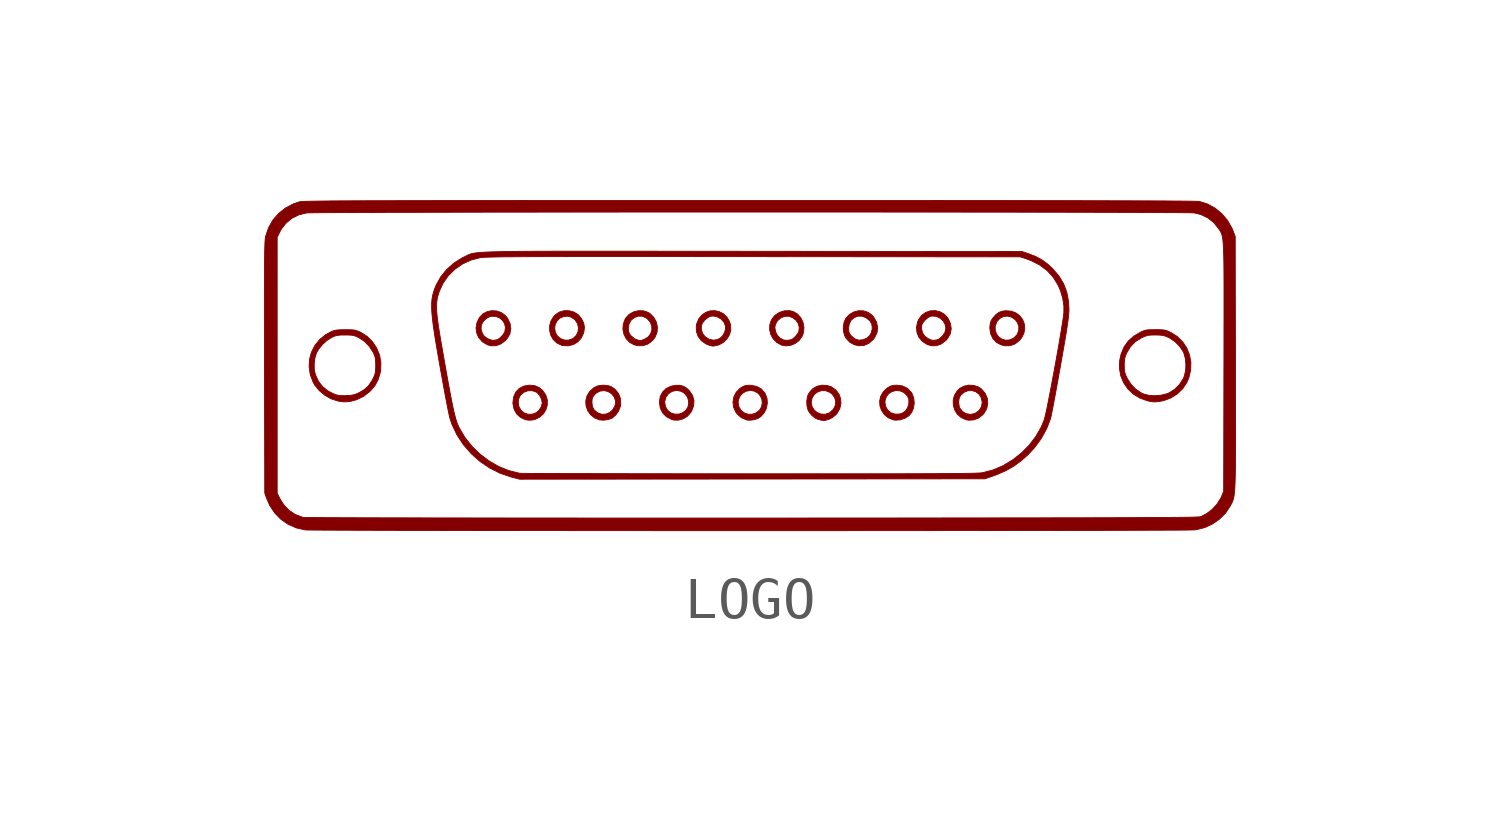
<source format=kicad_sym>
(kicad_symbol_lib
  (version 20210619)
  (generator bitmap2component)
  (symbol "LOGO"
    (pin_names
      (offset 1.016))
    (property "Reference" "#G"
      (at 0 3.91 0)
      (effects (font (size 1.27 1.27)) hide))
    (symbol "LOGO_0_0"
      (polyline (pts (xy 1.265 -4.096) (xy 1.844 -4.096) (xy 2.419 -4.096) (xy 2.988 -4.095) (xy 3.549 -4.095) (xy 4.1 -4.095) (xy 4.641 -4.094) (xy 5.168 -4.094) (xy 5.682 -4.093) (xy 6.18 -4.093) (xy 6.66 -4.092) (xy 7.122 -4.092) (xy 7.563 -4.091) (xy 7.983 -4.09) (xy 8.378 -4.09) (xy 8.749 -4.089) (xy 9.093 -4.088) (xy 9.408 -4.087) (xy 9.694 -4.086) (xy 9.948 -4.085) (xy 10.169 -4.084) (xy 10.356 -4.083) (xy 10.506 -4.082) (xy 10.619 -4.08) (xy 10.692 -4.079) (xy 10.725 -4.078) (xy 10.773 -4.071) (xy 10.968 -4.02) (xy 11.152 -3.933) (xy 11.318 -3.817) (xy 11.46 -3.675) (xy 11.569 -3.512) (xy 11.574 -3.503) (xy 11.591 -3.471) (xy 11.607 -3.441) (xy 11.622 -3.411) (xy 11.634 -3.38) (xy 11.646 -3.345) (xy 11.656 -3.304) (xy 11.665 -3.255) (xy 11.672 -3.195) (xy 11.679 -3.123) (xy 11.684 -3.037) (xy 11.688 -2.934) (xy 11.692 -2.812) (xy 11.695 -2.668) (xy 11.697 -2.502) (xy 11.698 -2.31) (xy 11.699 -2.091) (xy 11.7 -1.843) (xy 11.699 -1.562) (xy 11.699 -1.248) (xy 11.698 -0.897) (xy 11.698 -0.509) (xy 11.697 -0.08) (xy 11.691 2.941) (xy 11.643 3.068) (xy 11.611 3.144) (xy 11.505 3.328) (xy 11.37 3.487) (xy 11.21 3.618) (xy 11.03 3.717) (xy 10.835 3.778) (xy 10.827 3.779) (xy 10.79 3.781) (xy 10.724 3.783) (xy 10.63 3.785) (xy 10.507 3.786) (xy 10.353 3.788) (xy 10.169 3.789) (xy 9.954 3.791) (xy 9.707 3.792) (xy 9.428 3.793) (xy 9.116 3.794) (xy 8.77 3.795) (xy 8.39 3.796) (xy 7.976 3.797) (xy 7.526 3.798) (xy 7.041 3.798) (xy 6.519 3.799) (xy 5.959 3.8) (xy 5.362 3.8) (xy 4.727 3.8) (xy 4.053 3.801) (xy 3.339 3.801) (xy 2.585 3.801) (xy 1.791 3.801) (xy 0.955 3.801) (xy -1.715 3.801) (xy -2.435 3.801) (xy -3.116 3.801) (xy -3.759 3.801) (xy -4.365 3.801) (xy -4.936 3.801) (xy -5.471 3.8) (xy -5.973 3.8) (xy -6.443 3.8) (xy -6.881 3.799) (xy -7.288 3.799) (xy -7.666 3.798) (xy -8.016 3.798) (xy -8.338 3.797) (xy -8.634 3.796) (xy -8.905 3.796) (xy -9.152 3.795) (xy -9.376 3.794) (xy -9.577 3.793) (xy -9.758 3.792) (xy -9.919 3.791) (xy -10.062 3.789) (xy -10.186 3.788) (xy -10.294 3.786) (xy -10.387 3.785) (xy -10.464 3.783) (xy -10.529 3.781) (xy -10.581 3.779) (xy -10.621 3.777) (xy -10.652 3.775) (xy -10.673 3.773) (xy -10.686 3.771) (xy -10.841 3.719) (xy -11.029 3.619) (xy -11.193 3.488) (xy -11.329 3.329) (xy -11.432 3.146) (xy -11.501 2.942) (xy -11.504 2.928) (xy -11.505 2.92) (xy -11.224 2.92) (xy -11.162 3.047) (xy -11.125 3.115) (xy -11.012 3.26) (xy -10.872 3.375) (xy -10.708 3.457) (xy -10.523 3.503) (xy -10.492 3.505) (xy -10.419 3.506) (xy -10.307 3.508) (xy -10.158 3.509) (xy -9.972 3.511) (xy -9.752 3.512) (xy -9.498 3.513) (xy -9.213 3.514) (xy -8.899 3.515) (xy -8.555 3.517) (xy -8.185 3.518) (xy -7.79 3.518) (xy -7.372 3.519) (xy -6.931 3.52) (xy -6.469 3.521) (xy -5.989 3.522) (xy -5.492 3.522) (xy -4.979 3.523) (xy -4.451 3.523) (xy -3.911 3.524) (xy -3.36 3.524) (xy -2.8 3.525) (xy -2.231 3.525) (xy -1.657 3.525) (xy -1.077 3.525) (xy -0.495 3.525) (xy 0.089 3.525) (xy 0.673 3.525) (xy 1.256 3.525) (xy 1.835 3.525) (xy 2.41 3.525) (xy 2.979 3.525) (xy 3.539 3.524) (xy 4.09 3.524) (xy 4.63 3.523) (xy 5.158 3.523) (xy 5.671 3.522) (xy 6.169 3.522) (xy 6.65 3.521) (xy 7.111 3.52) (xy 7.552 3.52) (xy 7.971 3.519) (xy 8.367 3.518) (xy 8.737 3.517) (xy 9.081 3.516) (xy 9.396 3.515) (xy 9.681 3.514) (xy 9.935 3.512) (xy 10.156 3.511) (xy 10.342 3.51) (xy 10.492 3.508) (xy 10.605 3.507) (xy 10.678 3.505) (xy 10.71 3.504) (xy 10.867 3.466) (xy 11.033 3.387) (xy 11.178 3.272) (xy 11.296 3.125) (xy 11.314 3.099) (xy 11.33 3.074) (xy 11.344 3.05) (xy 11.357 3.023) (xy 11.369 2.993) (xy 11.379 2.957) (xy 11.388 2.913) (xy 11.396 2.858) (xy 11.402 2.791) (xy 11.408 2.709) (xy 11.412 2.611) (xy 11.416 2.493) (xy 11.419 2.355) (xy 11.421 2.193) (xy 11.422 2.006) (xy 11.423 1.791) (xy 11.423 1.547) (xy 11.423 1.271) (xy 11.423 0.961) (xy 11.422 0.616) (xy 11.422 0.231) (xy 11.421 -0.193) (xy 11.415 -3.154) (xy 11.367 -3.271) (xy 11.347 -3.316) (xy 11.257 -3.46) (xy 11.139 -3.589) (xy 11.002 -3.693) (xy 10.857 -3.764) (xy 10.854 -3.764) (xy 10.836 -3.766) (xy 10.804 -3.768) (xy 10.757 -3.77) (xy 10.694 -3.772) (xy 10.613 -3.774) (xy 10.514 -3.775) (xy 10.395 -3.777) (xy 10.257 -3.778) (xy 10.097 -3.78) (xy 9.915 -3.781) (xy 9.71 -3.782) (xy 9.481 -3.783) (xy 9.227 -3.784) (xy 8.947 -3.785) (xy 8.64 -3.786) (xy 8.305 -3.787) (xy 7.941 -3.788) (xy 7.547 -3.788) (xy 7.122 -3.789) (xy 6.666 -3.79) (xy 6.177 -3.79) (xy 5.654 -3.791) (xy 5.096 -3.791) (xy 4.503 -3.792) (xy 3.873 -3.792) (xy 3.205 -3.793) (xy 2.498 -3.793) (xy 1.752 -3.793) (xy 0.966 -3.794) (xy 0.138 -3.794) (xy -0.471 -3.794) (xy -1.138 -3.794) (xy -2.433 -3.794) (xy -3.059 -3.794) (xy -3.67 -3.794) (xy -4.263 -3.793) (xy -4.838 -3.793) (xy -5.393 -3.793) (xy -5.928 -3.792) (xy -6.44 -3.792) (xy -6.928 -3.791) (xy -7.392 -3.791) (xy -7.83 -3.79) (xy -8.241 -3.789) (xy -8.623 -3.789) (xy -8.975 -3.788) (xy -9.296 -3.787) (xy -9.585 -3.786) (xy -9.84 -3.785) (xy -10.06 -3.784) (xy -10.245 -3.783) (xy -10.391 -3.782) (xy -10.499 -3.781) (xy -10.568 -3.78) (xy -10.595 -3.779) (xy -10.632 -3.77) (xy -10.791 -3.709) (xy -10.936 -3.613) (xy -11.059 -3.487) (xy -11.154 -3.339) (xy -11.224 -3.197) (xy -11.224 2.92) (xy -11.505 2.92) (xy -11.508 2.9) (xy -11.511 2.863) (xy -11.515 2.815) (xy -11.518 2.754) (xy -11.52 2.677) (xy -11.523 2.583) (xy -11.524 2.47) (xy -11.526 2.334) (xy -11.527 2.176) (xy -11.528 1.991) (xy -11.528 1.779) (xy -11.529 1.537) (xy -11.529 1.263) (xy -11.529 0.955) (xy -11.528 0.61) (xy -11.528 0.227) (xy -11.527 -0.196) (xy -11.521 -3.196) (xy -11.472 -3.334) (xy -11.399 -3.498) (xy -11.28 -3.676) (xy -11.133 -3.826) (xy -10.96 -3.945) (xy -10.767 -4.03) (xy -10.556 -4.078) (xy -10.555 -4.078) (xy -10.52 -4.08) (xy -10.445 -4.081) (xy -10.331 -4.082) (xy -10.179 -4.083) (xy -9.991 -4.084) (xy -9.768 -4.085) (xy -9.512 -4.086) (xy -9.226 -4.087) (xy -8.909 -4.088) (xy -8.564 -4.089) (xy -8.192 -4.09) (xy -7.796 -4.09) (xy -7.376 -4.091) (xy -6.933 -4.092) (xy -6.471 -4.093) (xy -5.99 -4.093) (xy -5.491 -4.093) (xy -4.977 -4.094) (xy -4.449 -4.094) (xy -3.908 -4.095) (xy -3.356 -4.095) (xy -2.795 -4.095) (xy -2.226 -4.096) (xy -1.65 -4.096) (xy -1.071 -4.096) (xy 0.682 -4.096) (xy 1.265 -4.096)) (stroke (width 0.01)) (fill (type outline)))
      (polyline (pts (xy 0.138 -2.861) (xy 5.702 -2.856) (xy 5.898 -2.788) (xy 6 -2.751) (xy 6.208 -2.66) (xy 6.393 -2.555) (xy 6.566 -2.429) (xy 6.74 -2.274) (xy 6.887 -2.116) (xy 7.05 -1.895) (xy 7.181 -1.658) (xy 7.274 -1.415) (xy 7.279 -1.399) (xy 7.292 -1.338) (xy 7.311 -1.241) (xy 7.336 -1.114) (xy 7.365 -0.96) (xy 7.398 -0.782) (xy 7.434 -0.587) (xy 7.471 -0.378) (xy 7.511 -0.159) (xy 7.555 0.092) (xy 7.594 0.318) (xy 7.627 0.509) (xy 7.654 0.67) (xy 7.674 0.804) (xy 7.69 0.915) (xy 7.702 1.006) (xy 7.709 1.081) (xy 7.713 1.145) (xy 7.715 1.2) (xy 7.706 1.378) (xy 7.664 1.604) (xy 7.587 1.81) (xy 7.472 1.999) (xy 7.318 2.177) (xy 7.205 2.281) (xy 7.068 2.382) (xy 6.919 2.462) (xy 6.743 2.53) (xy 6.594 2.58) (xy 0.17 2.586) (xy -0.402 2.587) (xy -0.994 2.587) (xy -1.546 2.588) (xy -2.06 2.588) (xy -2.538 2.589) (xy -2.979 2.589) (xy -3.387 2.589) (xy -3.762 2.589) (xy -4.106 2.589) (xy -4.42 2.589) (xy -4.706 2.588) (xy -4.965 2.587) (xy -5.199 2.586) (xy -5.408 2.584) (xy -5.596 2.582) (xy -5.762 2.58) (xy -5.908 2.577) (xy -6.037 2.574) (xy -6.148 2.57) (xy -6.244 2.566) (xy -6.326 2.561) (xy -6.396 2.555) (xy -6.455 2.55) (xy -6.504 2.543) (xy -6.545 2.536) (xy -6.579 2.528) (xy -6.608 2.519) (xy -6.633 2.51) (xy -6.656 2.5) (xy -6.677 2.489) (xy -6.699 2.478) (xy -6.723 2.465) (xy -6.751 2.452) (xy -6.8 2.428) (xy -6.996 2.304) (xy -7.169 2.151) (xy -7.312 1.975) (xy -7.42 1.781) (xy -7.423 1.774) (xy -7.457 1.691) (xy -7.484 1.611) (xy -7.506 1.529) (xy -7.521 1.442) (xy -7.529 1.347) (xy -7.529 1.258) (xy -7.413 1.258) (xy -7.411 1.331) (xy -7.404 1.397) (xy -7.394 1.458) (xy -7.38 1.519) (xy -7.348 1.622) (xy -7.256 1.822) (xy -7.131 2.001) (xy -6.975 2.155) (xy -6.794 2.281) (xy -6.591 2.375) (xy -6.371 2.433) (xy -6.358 2.435) (xy -6.331 2.438) (xy -6.296 2.441) (xy -6.25 2.443) (xy -6.193 2.445) (xy -6.122 2.447) (xy -6.037 2.449) (xy -5.937 2.451) (xy -5.819 2.453) (xy -5.682 2.454) (xy -5.526 2.455) (xy -5.348 2.457) (xy -5.147 2.458) (xy -4.922 2.458) (xy -4.671 2.459) (xy -4.393 2.459) (xy -4.087 2.46) (xy -3.751 2.46) (xy -3.384 2.46) (xy -2.984 2.46) (xy -2.55 2.46) (xy -2.08 2.46) (xy -1.574 2.46) (xy -1.029 2.459) (xy -0.445 2.459) (xy 0.181 2.458) (xy 6.552 2.453) (xy 6.723 2.395) (xy 6.801 2.366) (xy 7.01 2.261) (xy 7.19 2.127) (xy 7.339 1.964) (xy 7.456 1.774) (xy 7.516 1.633) (xy 7.567 1.454) (xy 7.593 1.277) (xy 7.593 1.115) (xy 7.591 1.104) (xy 7.58 1.011) (xy 7.561 0.887) (xy 7.537 0.736) (xy 7.508 0.563) (xy 7.476 0.373) (xy 7.44 0.17) (xy 7.403 -0.04) (xy 7.364 -0.252) (xy 7.325 -0.461) (xy 7.287 -0.663) (xy 7.25 -0.853) (xy 7.216 -1.026) (xy 7.186 -1.176) (xy 7.159 -1.299) (xy 7.138 -1.39) (xy 7.123 -1.444) (xy 7.058 -1.604) (xy 6.929 -1.833) (xy 6.768 -2.045) (xy 6.579 -2.237) (xy 6.368 -2.403) (xy 6.139 -2.541) (xy 5.898 -2.644) (xy 5.649 -2.709) (xy 5.647 -2.71) (xy 5.622 -2.713) (xy 5.585 -2.716) (xy 5.535 -2.718) (xy 5.469 -2.721) (xy 5.387 -2.723) (xy 5.287 -2.725) (xy 5.168 -2.727) (xy 5.028 -2.728) (xy 4.866 -2.73) (xy 4.68 -2.731) (xy 4.469 -2.732) (xy 4.231 -2.733) (xy 3.966 -2.734) (xy 3.67 -2.735) (xy 3.344 -2.735) (xy 2.986 -2.736) (xy 2.593 -2.736) (xy 2.166 -2.736) (xy 1.702 -2.736) (xy 1.199 -2.736) (xy 0.657 -2.736) (xy 0.074 -2.736) (xy -0.18 -2.736) (xy -0.652 -2.735) (xy -1.112 -2.735) (xy -1.559 -2.735) (xy -1.99 -2.734) (xy -2.404 -2.734) (xy -2.8 -2.733) (xy -3.174 -2.732) (xy -3.526 -2.732) (xy -3.853 -2.731) (xy -4.155 -2.731) (xy -4.428 -2.73) (xy -4.671 -2.729) (xy -4.883 -2.728) (xy -5.062 -2.728) (xy -5.205 -2.727) (xy -5.311 -2.726) (xy -5.378 -2.725) (xy -5.405 -2.724) (xy -5.443 -2.719) (xy -5.687 -2.658) (xy -5.927 -2.56) (xy -6.157 -2.428) (xy -6.371 -2.266) (xy -6.564 -2.079) (xy -6.73 -1.871) (xy -6.864 -1.646) (xy -6.881 -1.613) (xy -6.904 -1.559) (xy -6.927 -1.5) (xy -6.949 -1.431) (xy -6.971 -1.351) (xy -6.995 -1.254) (xy -7.021 -1.137) (xy -7.049 -0.997) (xy -7.082 -0.829) (xy -7.119 -0.631) (xy -7.161 -0.398) (xy -7.209 -0.127) (xy -7.224 -0.043) (xy -7.271 0.224) (xy -7.311 0.453) (xy -7.343 0.649) (xy -7.369 0.816) (xy -7.388 0.956) (xy -7.402 1.075) (xy -7.41 1.174) (xy -7.413 1.258) (xy -7.529 1.258) (xy -7.53 1.239) (xy -7.524 1.115) (xy -7.51 0.971) (xy -7.49 0.804) (xy -7.461 0.611) (xy -7.425 0.386) (xy -7.381 0.127) (xy -7.329 -0.17) (xy -7.319 -0.229) (xy -7.28 -0.443) (xy -7.243 -0.647) (xy -7.208 -0.837) (xy -7.175 -1.008) (xy -7.147 -1.156) (xy -7.122 -1.275) (xy -7.104 -1.362) (xy -7.091 -1.412) (xy -7.043 -1.555) (xy -6.924 -1.806) (xy -6.77 -2.039) (xy -6.586 -2.251) (xy -6.375 -2.439) (xy -6.141 -2.598) (xy -5.889 -2.724) (xy -5.622 -2.814) (xy -5.426 -2.865) (xy 0.138 -2.861)) (stroke (width 0.01)) (fill (type outline)))
      (polyline (pts (xy -9.549 -1.013) (xy -9.448 -0.998) (xy -9.321 -0.963) (xy -9.155 -0.882) (xy -9.008 -0.768) (xy -9 -0.76) (xy -8.887 -0.629) (xy -8.809 -0.484) (xy -8.758 -0.316) (xy -8.748 -0.258) (xy -8.743 -0.074) (xy -8.775 0.104) (xy -8.844 0.272) (xy -8.944 0.423) (xy -9.073 0.551) (xy -9.228 0.649) (xy -9.236 0.652) (xy -9.295 0.679) (xy -9.347 0.696) (xy -9.406 0.706) (xy -9.482 0.71) (xy -9.589 0.711) (xy -9.597 0.711) (xy -9.713 0.709) (xy -9.797 0.703) (xy -9.862 0.69) (xy -9.918 0.67) (xy -10.062 0.594) (xy -10.207 0.476) (xy -10.321 0.335) (xy -10.403 0.176) (xy -10.45 0.004) (xy -10.456 -0.104) (xy -10.338 -0.104) (xy -10.321 0.034) (xy -10.284 0.153) (xy -10.234 0.241) (xy -10.144 0.353) (xy -10.035 0.453) (xy -9.921 0.525) (xy -9.892 0.539) (xy -9.833 0.563) (xy -9.774 0.576) (xy -9.701 0.583) (xy -9.599 0.584) (xy -9.551 0.584) (xy -9.464 0.581) (xy -9.399 0.572) (xy -9.341 0.554) (xy -9.278 0.525) (xy -9.144 0.438) (xy -9.024 0.316) (xy -8.927 0.167) (xy -8.919 0.15) (xy -8.893 0.091) (xy -8.877 0.032) (xy -8.87 -0.039) (xy -8.867 -0.138) (xy -8.867 -0.163) (xy -8.87 -0.255) (xy -8.878 -0.323) (xy -8.895 -0.382) (xy -8.924 -0.446) (xy -8.966 -0.523) (xy -9.044 -0.635) (xy -9.137 -0.72) (xy -9.254 -0.79) (xy -9.33 -0.825) (xy -9.401 -0.848) (xy -9.477 -0.86) (xy -9.578 -0.866) (xy -9.659 -0.867) (xy -9.739 -0.862) (xy -9.806 -0.848) (xy -9.877 -0.822) (xy -10.005 -0.757) (xy -10.138 -0.651) (xy -10.239 -0.519) (xy -10.312 -0.356) (xy -10.336 -0.241) (xy -10.338 -0.104) (xy -10.456 -0.104) (xy -10.46 -0.177) (xy -10.433 -0.361) (xy -10.365 -0.543) (xy -10.325 -0.613) (xy -10.217 -0.746) (xy -10.082 -0.859) (xy -9.929 -0.945) (xy -9.768 -0.996) (xy -9.727 -1.004) (xy -9.634 -1.015) (xy -9.549 -1.013)) (stroke (width 0.01)) (fill (type outline)))
      (polyline (pts (xy 9.829 -1.012) (xy 9.93 -0.996) (xy 9.982 -0.985) (xy 10.153 -0.921) (xy 10.307 -0.824) (xy 10.437 -0.698) (xy 10.536 -0.548) (xy 10.585 -0.432) (xy 10.626 -0.252) (xy 10.631 -0.071) (xy 10.599 0.104) (xy 10.534 0.269) (xy 10.437 0.417) (xy 10.31 0.544) (xy 10.154 0.643) (xy 10.131 0.654) (xy 10.071 0.681) (xy 10.019 0.698) (xy 9.961 0.707) (xy 9.886 0.711) (xy 9.78 0.712) (xy 9.739 0.711) (xy 9.645 0.71) (xy 9.578 0.705) (xy 9.524 0.693) (xy 9.471 0.673) (xy 9.408 0.642) (xy 9.267 0.558) (xy 9.132 0.439) (xy 9.031 0.295) (xy 8.96 0.124) (xy 8.927 -0.028) (xy 8.924 -0.139) (xy 9.037 -0.139) (xy 9.038 -0.086) (xy 9.045 0.002) (xy 9.062 0.074) (xy 9.093 0.149) (xy 9.097 0.157) (xy 9.188 0.307) (xy 9.302 0.424) (xy 9.446 0.514) (xy 9.485 0.533) (xy 9.551 0.56) (xy 9.611 0.576) (xy 9.682 0.583) (xy 9.779 0.584) (xy 9.788 0.584) (xy 9.887 0.582) (xy 9.961 0.573) (xy 10.024 0.556) (xy 10.092 0.527) (xy 10.117 0.515) (xy 10.25 0.426) (xy 10.365 0.31) (xy 10.45 0.18) (xy 10.466 0.143) (xy 10.5 0.013) (xy 10.512 -0.132) (xy 10.503 -0.278) (xy 10.471 -0.408) (xy 10.446 -0.464) (xy 10.36 -0.597) (xy 10.246 -0.712) (xy 10.115 -0.797) (xy 10.058 -0.821) (xy 9.92 -0.855) (xy 9.771 -0.868) (xy 9.625 -0.859) (xy 9.5 -0.827) (xy 9.443 -0.801) (xy 9.311 -0.711) (xy 9.195 -0.591) (xy 9.106 -0.45) (xy 9.106 -0.449) (xy 9.069 -0.369) (xy 9.048 -0.304) (xy 9.039 -0.233) (xy 9.037 -0.139) (xy 8.924 -0.139) (xy 8.921 -0.214) (xy 8.954 -0.392) (xy 9.021 -0.556) (xy 9.121 -0.703) (xy 9.25 -0.827) (xy 9.407 -0.924) (xy 9.589 -0.989) (xy 9.671 -1.007) (xy 9.748 -1.016) (xy 9.829 -1.012)) (stroke (width 0.01)) (fill (type outline)))
      (polyline (pts (xy -5.129 -1.451) (xy -5.049 -1.433) (xy -4.939 -1.377) (xy -4.852 -1.296) (xy -4.793 -1.196) (xy -4.762 -1.084) (xy -4.763 -0.967) (xy -4.799 -0.852) (xy -4.872 -0.746) (xy -4.951 -0.677) (xy -5.055 -0.63) (xy -5.182 -0.616) (xy -5.196 -0.616) (xy -5.326 -0.638) (xy -5.434 -0.695) (xy -5.516 -0.781) (xy -5.567 -0.894) (xy -5.585 -1.026) (xy -5.458 -1.026) (xy -5.45 -0.949) (xy -5.41 -0.863) (xy -5.332 -0.792) (xy -5.324 -0.786) (xy -5.228 -0.75) (xy -5.125 -0.748) (xy -5.029 -0.78) (xy -5.003 -0.799) (xy -4.944 -0.867) (xy -4.901 -0.952) (xy -4.885 -1.035) (xy -4.885 -1.05) (xy -4.91 -1.138) (xy -4.963 -1.22) (xy -5.035 -1.278) (xy -5.123 -1.31) (xy -5.224 -1.312) (xy -5.316 -1.28) (xy -5.39 -1.218) (xy -5.44 -1.132) (xy -5.458 -1.026) (xy -5.585 -1.026) (xy -5.585 -1.03) (xy -5.585 -1.059) (xy -5.558 -1.19) (xy -5.498 -1.301) (xy -5.406 -1.386) (xy -5.288 -1.441) (xy -5.281 -1.443) (xy -5.206 -1.453) (xy -5.129 -1.451)) (stroke (width 0.01)) (fill (type outline)))
      (polyline (pts (xy -3.317 -1.441) (xy -3.226 -1.411) (xy -3.208 -1.401) (xy -3.126 -1.33) (xy -3.058 -1.235) (xy -3.017 -1.129) (xy -3.006 -1.056) (xy -3.015 -0.93) (xy -3.059 -0.816) (xy -3.135 -0.723) (xy -3.16 -0.701) (xy -3.238 -0.649) (xy -3.319 -0.623) (xy -3.421 -0.616) (xy -3.433 -0.616) (xy -3.551 -0.631) (xy -3.65 -0.678) (xy -3.742 -0.76) (xy -3.756 -0.776) (xy -3.817 -0.882) (xy -3.843 -0.997) (xy -3.841 -1.025) (xy -3.695 -1.025) (xy -3.695 -1.007) (xy -3.689 -0.94) (xy -3.668 -0.89) (xy -3.626 -0.836) (xy -3.59 -0.804) (xy -3.502 -0.758) (xy -3.408 -0.746) (xy -3.315 -0.766) (xy -3.232 -0.815) (xy -3.168 -0.89) (xy -3.131 -0.989) (xy -3.128 -1.025) (xy -3.146 -1.115) (xy -3.195 -1.2) (xy -3.268 -1.269) (xy -3.361 -1.308) (xy -3.463 -1.312) (xy -3.56 -1.276) (xy -3.578 -1.264) (xy -3.647 -1.203) (xy -3.684 -1.127) (xy -3.695 -1.025) (xy -3.841 -1.025) (xy -3.836 -1.113) (xy -3.797 -1.224) (xy -3.73 -1.321) (xy -3.637 -1.397) (xy -3.52 -1.445) (xy -3.52 -1.445) (xy -3.424 -1.454) (xy -3.317 -1.441)) (stroke (width 0.01)) (fill (type outline)))
      (polyline (pts (xy -1.513 -1.421) (xy -1.411 -1.359) (xy -1.331 -1.268) (xy -1.308 -1.23) (xy -1.262 -1.105) (xy -1.255 -0.98) (xy -1.289 -0.862) (xy -1.361 -0.754) (xy -1.418 -0.698) (xy -1.498 -0.645) (xy -1.586 -0.62) (xy -1.697 -0.62) (xy -1.81 -0.642) (xy -1.922 -0.698) (xy -2.007 -0.782) (xy -2.062 -0.89) (xy -2.081 -1.017) (xy -2.081 -1.029) (xy -2.081 -1.03) (xy -1.954 -1.03) (xy -1.952 -0.998) (xy -1.922 -0.896) (xy -1.86 -0.816) (xy -1.773 -0.762) (xy -1.667 -0.743) (xy -1.655 -0.744) (xy -1.556 -0.764) (xy -1.478 -0.814) (xy -1.421 -0.885) (xy -1.388 -0.969) (xy -1.381 -1.059) (xy -1.402 -1.146) (xy -1.453 -1.223) (xy -1.535 -1.281) (xy -1.614 -1.307) (xy -1.716 -1.309) (xy -1.809 -1.278) (xy -1.884 -1.218) (xy -1.935 -1.134) (xy -1.954 -1.03) (xy -2.081 -1.03) (xy -2.06 -1.167) (xy -2.004 -1.281) (xy -1.912 -1.371) (xy -1.786 -1.437) (xy -1.739 -1.45) (xy -1.625 -1.453) (xy -1.513 -1.421)) (stroke (width 0.01)) (fill (type outline)))
      (polyline (pts (xy 0.2 -1.438) (xy 0.278 -1.411) (xy 0.344 -1.367) (xy 0.425 -1.277) (xy 0.478 -1.167) (xy 0.501 -1.047) (xy 0.492 -0.926) (xy 0.447 -0.814) (xy 0.44 -0.802) (xy 0.355 -0.706) (xy 0.247 -0.646) (xy 0.115 -0.62) (xy 0.071 -0.617) (xy 0.002 -0.62) (xy -0.054 -0.635) (xy -0.116 -0.667) (xy -0.157 -0.695) (xy -0.244 -0.785) (xy -0.3 -0.895) (xy -0.322 -1.016) (xy -0.321 -1.03) (xy -0.198 -1.03) (xy -0.196 -0.993) (xy -0.164 -0.893) (xy -0.1 -0.815) (xy -0.011 -0.762) (xy 0.096 -0.743) (xy 0.188 -0.758) (xy 0.271 -0.803) (xy 0.332 -0.872) (xy 0.369 -0.955) (xy 0.379 -1.045) (xy 0.361 -1.134) (xy 0.313 -1.214) (xy 0.232 -1.278) (xy 0.139 -1.311) (xy 0.038 -1.311) (xy -0.054 -1.278) (xy -0.129 -1.218) (xy -0.18 -1.134) (xy -0.198 -1.03) (xy -0.321 -1.03) (xy -0.308 -1.14) (xy -0.256 -1.258) (xy -0.215 -1.313) (xy -0.123 -1.392) (xy -0.000100 -1.446) (xy 0.027 -1.452) (xy 0.109 -1.453) (xy 0.2 -1.438)) (stroke (width 0.01)) (fill (type outline)))
      (polyline (pts (xy 1.962 -1.438) (xy 2.054 -1.392) (xy 2.135 -1.327) (xy 2.171 -1.287) (xy 2.234 -1.177) (xy 2.261 -1.059) (xy 2.254 -0.94) (xy 2.213 -0.828) (xy 2.139 -0.731) (xy 2.034 -0.656) (xy 1.929 -0.622) (xy 1.81 -0.616) (xy 1.696 -0.64) (xy 1.599 -0.693) (xy 1.579 -0.709) (xy 1.522 -0.772) (xy 1.48 -0.834) (xy 1.459 -0.891) (xy 1.443 -0.999) (xy 1.444 -1.027) (xy 1.55 -1.027) (xy 1.551 -1.016) (xy 1.573 -0.917) (xy 1.627 -0.836) (xy 1.704 -0.778) (xy 1.795 -0.747) (xy 1.893 -0.748) (xy 1.99 -0.785) (xy 2.048 -0.829) (xy 2.11 -0.912) (xy 2.136 -1.006) (xy 2.126 -1.102) (xy 2.08 -1.192) (xy 1.998 -1.268) (xy 1.976 -1.282) (xy 1.881 -1.312) (xy 1.784 -1.307) (xy 1.694 -1.272) (xy 1.62 -1.21) (xy 1.569 -1.127) (xy 1.55 -1.027) (xy 1.444 -1.027) (xy 1.448 -1.113) (xy 1.474 -1.213) (xy 1.51 -1.274) (xy 1.573 -1.346) (xy 1.646 -1.404) (xy 1.715 -1.435) (xy 1.759 -1.445) (xy 1.795 -1.455) (xy 1.796 -1.455) (xy 1.871 -1.46) (xy 1.962 -1.438)) (stroke (width 0.01)) (fill (type outline)))
      (polyline (pts (xy 3.675 -1.446) (xy 3.792 -1.407) (xy 3.894 -1.341) (xy 3.955 -1.265) (xy 3.998 -1.159) (xy 4.014 -1.041) (xy 4.002 -0.922) (xy 3.96 -0.815) (xy 3.938 -0.78) (xy 3.848 -0.69) (xy 3.735 -0.635) (xy 3.602 -0.616) (xy 3.54 -0.618) (xy 3.447 -0.638) (xy 3.368 -0.684) (xy 3.286 -0.762) (xy 3.272 -0.778) (xy 3.211 -0.883) (xy 3.186 -0.998) (xy 3.188 -1.028) (xy 3.313 -1.028) (xy 3.317 -0.981) (xy 3.349 -0.887) (xy 3.408 -0.815) (xy 3.487 -0.767) (xy 3.578 -0.745) (xy 3.672 -0.752) (xy 3.763 -0.79) (xy 3.842 -0.863) (xy 3.857 -0.883) (xy 3.886 -0.969) (xy 3.884 -1.064) (xy 3.855 -1.156) (xy 3.802 -1.234) (xy 3.727 -1.286) (xy 3.657 -1.307) (xy 3.553 -1.308) (xy 3.459 -1.277) (xy 3.383 -1.216) (xy 3.332 -1.132) (xy 3.313 -1.028) (xy 3.188 -1.028) (xy 3.194 -1.114) (xy 3.233 -1.224) (xy 3.3 -1.321) (xy 3.393 -1.397) (xy 3.509 -1.445) (xy 3.557 -1.453) (xy 3.675 -1.446)) (stroke (width 0.01)) (fill (type outline)))
      (polyline (pts (xy 5.435 -1.447) (xy 5.552 -1.403) (xy 5.653 -1.324) (xy 5.688 -1.283) (xy 5.75 -1.169) (xy 5.773 -1.048) (xy 5.76 -0.925) (xy 5.709 -0.809) (xy 5.621 -0.707) (xy 5.553 -0.661) (xy 5.441 -0.622) (xy 5.32 -0.615) (xy 5.203 -0.639) (xy 5.101 -0.694) (xy 5.037 -0.758) (xy 4.974 -0.863) (xy 4.945 -0.978) (xy 4.947 -1.026) (xy 5.076 -1.026) (xy 5.087 -0.935) (xy 5.12 -0.863) (xy 5.123 -0.859) (xy 5.204 -0.788) (xy 5.296 -0.75) (xy 5.393 -0.746) (xy 5.484 -0.772) (xy 5.562 -0.83) (xy 5.617 -0.918) (xy 5.617 -0.92) (xy 5.64 -1.028) (xy 5.622 -1.13) (xy 5.568 -1.218) (xy 5.479 -1.285) (xy 5.452 -1.297) (xy 5.354 -1.315) (xy 5.256 -1.297) (xy 5.171 -1.247) (xy 5.109 -1.17) (xy 5.089 -1.12) (xy 5.076 -1.026) (xy 4.947 -1.026) (xy 4.948 -1.095) (xy 4.981 -1.207) (xy 5.042 -1.308) (xy 5.131 -1.388) (xy 5.246 -1.441) (xy 5.311 -1.454) (xy 5.435 -1.447)) (stroke (width 0.01)) (fill (type outline)))
      (polyline (pts (xy -5.986 0.328) (xy -5.87 0.372) (xy -5.763 0.454) (xy -5.723 0.499) (xy -5.658 0.611) (xy -5.635 0.731) (xy -5.652 0.856) (xy -5.712 0.983) (xy -5.768 1.052) (xy -5.864 1.121) (xy -5.974 1.159) (xy -6.09 1.166) (xy -6.203 1.142) (xy -6.305 1.087) (xy -6.387 1) (xy -6.446 0.878) (xy -6.468 0.752) (xy -6.464 0.725) (xy -6.346 0.725) (xy -6.342 0.816) (xy -6.336 0.834) (xy -6.291 0.911) (xy -6.223 0.978) (xy -6.146 1.02) (xy -6.104 1.031) (xy -6.004 1.03) (xy -5.913 0.997) (xy -5.838 0.938) (xy -5.787 0.86) (xy -5.764 0.768) (xy -5.777 0.669) (xy -5.79 0.639) (xy -5.83 0.581) (xy -5.883 0.525) (xy -5.935 0.484) (xy -5.977 0.467) (xy -5.987 0.467) (xy -6.035 0.458) (xy -6.045 0.455) (xy -6.099 0.462) (xy -6.167 0.487) (xy -6.232 0.524) (xy -6.281 0.567) (xy -6.319 0.629) (xy -6.346 0.725) (xy -6.464 0.725) (xy -6.452 0.63) (xy -6.401 0.518) (xy -6.317 0.423) (xy -6.201 0.352) (xy -6.106 0.325) (xy -5.986 0.328)) (stroke (width 0.01)) (fill (type outline)))
      (polyline (pts (xy -4.14 0.355) (xy -4.034 0.419) (xy -3.95 0.511) (xy -3.896 0.628) (xy -3.888 0.658) (xy -3.874 0.77) (xy -3.894 0.874) (xy -3.95 0.984) (xy -4.025 1.07) (xy -4.126 1.133) (xy -4.241 1.165) (xy -4.36 1.166) (xy -4.474 1.133) (xy -4.573 1.066) (xy -4.608 1.029) (xy -4.674 0.923) (xy -4.707 0.807) (xy -4.707 0.743) (xy -4.587 0.743) (xy -4.574 0.834) (xy -4.529 0.922) (xy -4.461 0.987) (xy -4.376 1.025) (xy -4.283 1.034) (xy -4.189 1.01) (xy -4.103 0.949) (xy -4.1 0.946) (xy -4.041 0.858) (xy -4.018 0.76) (xy -4.028 0.662) (xy -4.071 0.573) (xy -4.146 0.502) (xy -4.158 0.495) (xy -4.255 0.461) (xy -4.353 0.463) (xy -4.443 0.497) (xy -4.518 0.558) (xy -4.569 0.641) (xy -4.587 0.743) (xy -4.707 0.743) (xy -4.707 0.688) (xy -4.678 0.575) (xy -4.62 0.474) (xy -4.535 0.393) (xy -4.424 0.34) (xy -4.388 0.331) (xy -4.261 0.325) (xy -4.14 0.355)) (stroke (width 0.01)) (fill (type outline)))
      (polyline (pts (xy -2.357 0.367) (xy -2.25 0.447) (xy -2.184 0.532) (xy -2.138 0.647) (xy -2.128 0.769) (xy -2.153 0.889) (xy -2.212 1.001) (xy -2.304 1.095) (xy -2.355 1.127) (xy -2.466 1.163) (xy -2.584 1.165) (xy -2.699 1.137) (xy -2.802 1.08) (xy -2.882 0.996) (xy -2.903 0.961) (xy -2.946 0.842) (xy -2.953 0.743) (xy -2.825 0.743) (xy -2.806 0.855) (xy -2.754 0.944) (xy -2.67 1.005) (xy -2.587 1.034) (xy -2.49 1.034) (xy -2.398 0.993) (xy -2.371 0.973) (xy -2.301 0.893) (xy -2.265 0.801) (xy -2.262 0.705) (xy -2.291 0.614) (xy -2.351 0.536) (xy -2.442 0.48) (xy -2.465 0.472) (xy -2.516 0.454) (xy -2.544 0.448) (xy -2.563 0.451) (xy -2.67 0.491) (xy -2.759 0.564) (xy -2.792 0.606) (xy -2.818 0.664) (xy -2.825 0.739) (xy -2.825 0.743) (xy -2.953 0.743) (xy -2.954 0.719) (xy -2.93 0.601) (xy -2.876 0.495) (xy -2.794 0.409) (xy -2.687 0.35) (xy -2.605 0.329) (xy -2.477 0.328) (xy -2.357 0.367)) (stroke (width 0.01)) (fill (type outline)))
      (polyline (pts (xy -0.779 0.32) (xy -0.658 0.347) (xy -0.551 0.407) (xy -0.465 0.491) (xy -0.403 0.594) (xy -0.373 0.709) (xy -0.38 0.829) (xy -0.406 0.911) (xy -0.469 1.016) (xy -0.553 1.094) (xy -0.651 1.144) (xy -0.758 1.167) (xy -0.867 1.161) (xy -0.971 1.126) (xy -1.064 1.063) (xy -1.139 0.972) (xy -1.189 0.852) (xy -1.2 0.793) (xy -1.198 0.718) (xy -1.079 0.718) (xy -1.074 0.821) (xy -1.045 0.88) (xy -0.99 0.945) (xy -0.925 1) (xy -0.863 1.031) (xy -0.793 1.038) (xy -0.694 1.017) (xy -0.606 0.966) (xy -0.538 0.89) (xy -0.5 0.796) (xy -0.499 0.737) (xy -0.522 0.646) (xy -0.569 0.564) (xy -0.631 0.507) (xy -0.7 0.474) (xy -0.788 0.46) (xy -0.881 0.478) (xy -0.895 0.484) (xy -0.984 0.54) (xy -1.048 0.621) (xy -1.079 0.718) (xy -1.198 0.718) (xy -1.196 0.666) (xy -1.155 0.549) (xy -1.079 0.449) (xy -0.973 0.374) (xy -0.925 0.352) (xy -0.857 0.328) (xy -0.808 0.319) (xy -0.779 0.32)) (stroke (width 0.01)) (fill (type outline)))
      (polyline (pts (xy 1.057 0.337) (xy 1.167 0.382) (xy 1.263 0.455) (xy 1.333 0.552) (xy 1.367 0.647) (xy 1.376 0.769) (xy 1.352 0.889) (xy 1.3 0.997) (xy 1.221 1.086) (xy 1.119 1.145) (xy 1.035 1.166) (xy 0.911 1.163) (xy 0.789 1.125) (xy 0.683 1.054) (xy 0.666 1.038) (xy 0.595 0.938) (xy 0.558 0.826) (xy 0.557 0.762) (xy 0.68 0.762) (xy 0.694 0.84) (xy 0.742 0.923) (xy 0.815 0.988) (xy 0.905 1.028) (xy 1.001 1.034) (xy 1.007 1.034) (xy 1.104 1) (xy 1.184 0.939) (xy 1.239 0.858) (xy 1.264 0.766) (xy 1.254 0.672) (xy 1.24 0.64) (xy 1.199 0.582) (xy 1.148 0.526) (xy 1.097 0.484) (xy 1.056 0.467) (xy 1.036 0.466) (xy 0.988 0.458) (xy 0.977 0.457) (xy 0.89 0.464) (xy 0.809 0.506) (xy 0.742 0.574) (xy 0.697 0.662) (xy 0.68 0.762) (xy 0.557 0.762) (xy 0.555 0.709) (xy 0.583 0.595) (xy 0.641 0.491) (xy 0.727 0.404) (xy 0.839 0.343) (xy 0.942 0.323) (xy 1.057 0.337)) (stroke (width 0.01)) (fill (type outline)))
      (polyline (pts (xy 2.813 0.335) (xy 2.928 0.384) (xy 3.031 0.474) (xy 3.071 0.527) (xy 3.125 0.644) (xy 3.139 0.767) (xy 3.112 0.892) (xy 3.043 1.014) (xy 3.005 1.059) (xy 2.909 1.127) (xy 2.798 1.162) (xy 2.682 1.165) (xy 2.568 1.135) (xy 2.463 1.074) (xy 2.377 0.982) (xy 2.376 0.98) (xy 2.335 0.886) (xy 2.317 0.774) (xy 2.318 0.739) (xy 2.442 0.739) (xy 2.442 0.746) (xy 2.462 0.856) (xy 2.51 0.943) (xy 2.582 1.003) (xy 2.668 1.034) (xy 2.763 1.034) (xy 2.859 0.999) (xy 2.949 0.927) (xy 2.955 0.92) (xy 2.999 0.84) (xy 3.01 0.747) (xy 2.993 0.652) (xy 2.948 0.569) (xy 2.878 0.508) (xy 2.792 0.471) (xy 2.689 0.46) (xy 2.594 0.491) (xy 2.508 0.564) (xy 2.475 0.606) (xy 2.449 0.664) (xy 2.442 0.739) (xy 2.318 0.739) (xy 2.322 0.66) (xy 2.353 0.561) (xy 2.388 0.501) (xy 2.474 0.409) (xy 2.584 0.35) (xy 2.69 0.326) (xy 2.813 0.335)) (stroke (width 0.01)) (fill (type outline)))
      (polyline (pts (xy 4.547 0.328) (xy 4.663 0.371) (xy 4.771 0.454) (xy 4.811 0.499) (xy 4.876 0.611) (xy 4.899 0.731) (xy 4.881 0.856) (xy 4.822 0.983) (xy 4.809 1.002) (xy 4.724 1.089) (xy 4.621 1.144) (xy 4.508 1.168) (xy 4.394 1.161) (xy 4.286 1.122) (xy 4.191 1.054) (xy 4.12 0.955) (xy 4.094 0.896) (xy 4.067 0.766) (xy 4.072 0.721) (xy 4.189 0.721) (xy 4.193 0.821) (xy 4.222 0.88) (xy 4.277 0.945) (xy 4.342 1) (xy 4.404 1.031) (xy 4.453 1.039) (xy 4.549 1.027) (xy 4.635 0.985) (xy 4.705 0.92) (xy 4.752 0.838) (xy 4.769 0.747) (xy 4.75 0.653) (xy 4.743 0.638) (xy 4.704 0.58) (xy 4.651 0.525) (xy 4.598 0.483) (xy 4.556 0.467) (xy 4.546 0.467) (xy 4.499 0.459) (xy 4.475 0.455) (xy 4.409 0.468) (xy 4.336 0.503) (xy 4.271 0.553) (xy 4.22 0.622) (xy 4.189 0.721) (xy 4.072 0.721) (xy 4.079 0.641) (xy 4.127 0.527) (xy 4.208 0.431) (xy 4.322 0.358) (xy 4.426 0.326) (xy 4.547 0.328)) (stroke (width 0.01)) (fill (type outline)))
      (polyline (pts (xy 6.309 0.328) (xy 6.426 0.371) (xy 6.532 0.456) (xy 6.578 0.51) (xy 6.636 0.622) (xy 6.658 0.737) (xy 6.647 0.85) (xy 6.606 0.955) (xy 6.538 1.044) (xy 6.445 1.113) (xy 6.332 1.155) (xy 6.2 1.164) (xy 6.121 1.154) (xy 6.042 1.126) (xy 5.971 1.074) (xy 5.896 0.991) (xy 5.859 0.937) (xy 5.835 0.873) (xy 5.824 0.789) (xy 5.95 0.789) (xy 5.985 0.891) (xy 5.994 0.906) (xy 6.063 0.982) (xy 6.15 1.026) (xy 6.246 1.036) (xy 6.342 1.011) (xy 6.429 0.95) (xy 6.484 0.878) (xy 6.516 0.781) (xy 6.511 0.682) (xy 6.472 0.59) (xy 6.398 0.514) (xy 6.39 0.509) (xy 6.295 0.466) (xy 6.201 0.459) (xy 6.113 0.484) (xy 6.039 0.535) (xy 5.983 0.606) (xy 5.952 0.693) (xy 5.95 0.789) (xy 5.824 0.789) (xy 5.823 0.787) (xy 5.822 0.746) (xy 5.841 0.614) (xy 5.894 0.5) (xy 5.977 0.41) (xy 6.088 0.35) (xy 6.182 0.326) (xy 6.309 0.328)) (stroke (width 0.01)) (fill (type outline))))))
</source>
